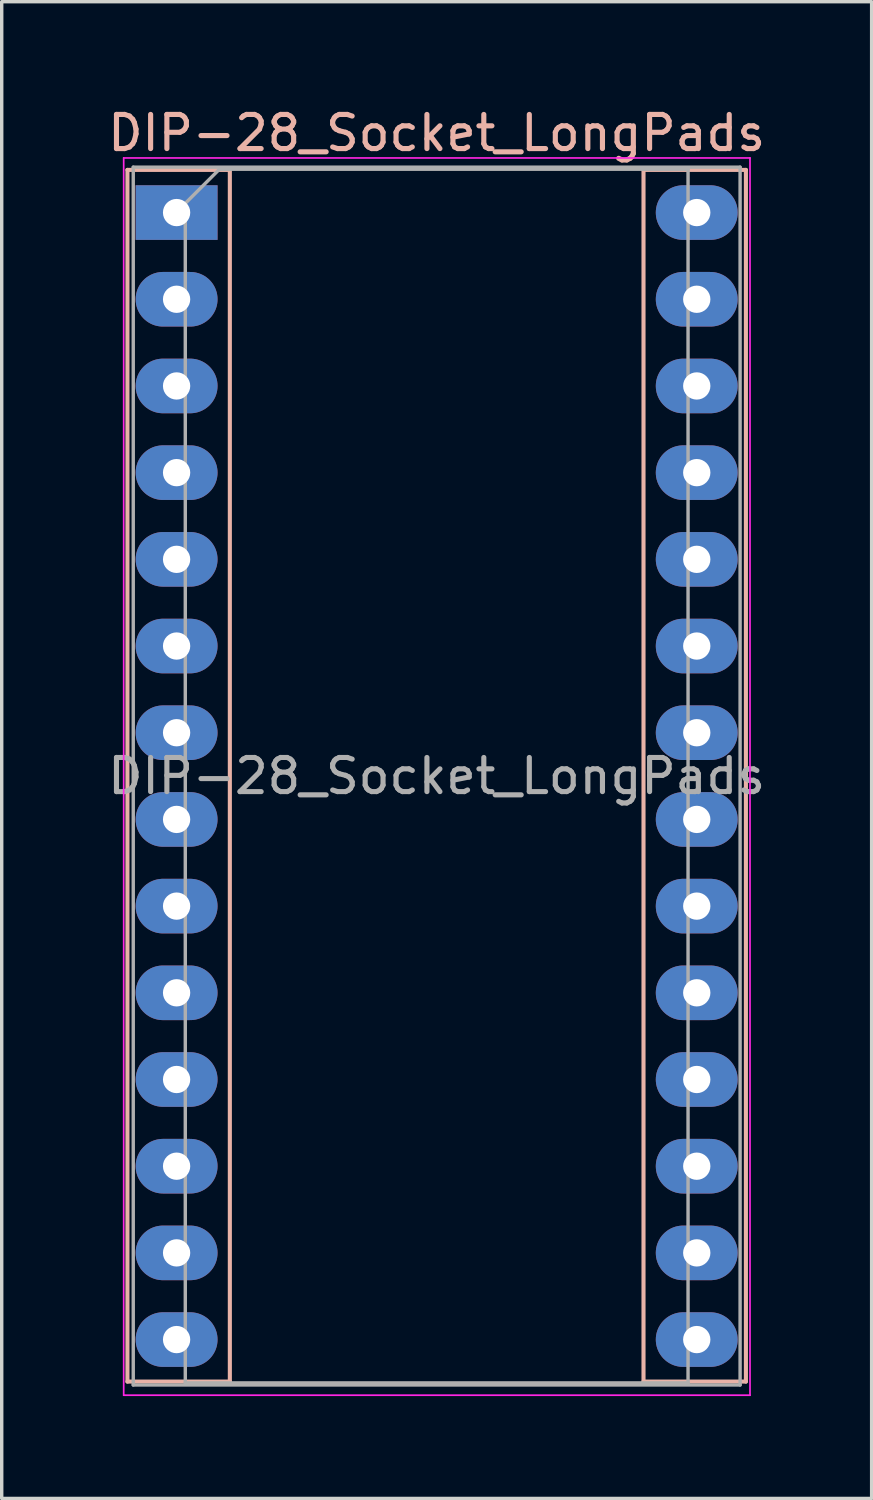
<source format=kicad_pcb>
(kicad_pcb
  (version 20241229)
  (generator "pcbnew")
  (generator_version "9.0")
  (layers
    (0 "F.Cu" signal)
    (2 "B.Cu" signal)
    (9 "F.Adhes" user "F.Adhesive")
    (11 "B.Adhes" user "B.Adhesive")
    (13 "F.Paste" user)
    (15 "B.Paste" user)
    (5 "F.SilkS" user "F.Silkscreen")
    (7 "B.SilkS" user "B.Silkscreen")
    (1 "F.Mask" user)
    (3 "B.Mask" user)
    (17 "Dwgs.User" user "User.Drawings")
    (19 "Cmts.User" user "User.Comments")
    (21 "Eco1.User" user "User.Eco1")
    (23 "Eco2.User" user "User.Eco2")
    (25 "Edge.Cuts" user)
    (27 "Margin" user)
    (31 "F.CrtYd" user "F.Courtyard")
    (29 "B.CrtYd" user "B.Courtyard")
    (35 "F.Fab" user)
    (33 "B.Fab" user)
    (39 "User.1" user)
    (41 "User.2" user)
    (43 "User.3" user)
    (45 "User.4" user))
  (footprint "DIP-28_Socket_LongPads"
    (layer "F.Cu")
    (at 2.124 3.178)
    (property "Reference" "DIP-28_Socket_LongPads" (at 7.62 -2.33 0) (layer "B.SilkS") (effects (font (size 1 1) (thickness 0.15))))
    (attr through_hole)
    (fp_line (start -1.44 -1.25) (end -1.44 34.25) (stroke (width 0.12) (type solid)) (layer "B.SilkS"))
    (fp_line (start -1.44 34.25) (end 1.56 34.25) (stroke (width 0.12) (type solid)) (layer "B.SilkS"))
    (fp_line (start 1.56 -1.25) (end -1.44 -1.25) (stroke (width 0.12) (type solid)) (layer "B.SilkS"))
    (fp_line (start 1.56 -1.25) (end 1.56 34.25) (stroke (width 0.12) (type solid)) (layer "B.SilkS"))
    (fp_line (start 13.68 -1.25) (end 16.68 -1.25) (stroke (width 0.12) (type solid)) (layer "B.SilkS"))
    (fp_line (start 13.68 34.25) (end 13.68 -1.25) (stroke (width 0.12) (type solid)) (layer "B.SilkS"))
    (fp_line (start 13.68 34.25) (end 16.68 34.25) (stroke (width 0.12) (type solid)) (layer "B.SilkS"))
    (fp_line (start 16.68 34.25) (end 16.68 -1.25) (stroke (width 0.12) (type solid)) (layer "B.SilkS"))
    (fp_line (start -1.55 -1.6) (end -1.55 34.65) (stroke (width 0.05) (type solid)) (layer "F.CrtYd"))
    (fp_line (start -1.55 34.65) (end 16.8 34.65) (stroke (width 0.05) (type solid)) (layer "F.CrtYd"))
    (fp_line (start 16.8 -1.6) (end -1.55 -1.6) (stroke (width 0.05) (type solid)) (layer "F.CrtYd"))
    (fp_line (start 16.8 34.65) (end 16.8 -1.6) (stroke (width 0.05) (type solid)) (layer "F.CrtYd"))
    (fp_line (start -1.27 -1.33) (end -1.27 34.35) (stroke (width 0.1) (type solid)) (layer "F.Fab"))
    (fp_line (start -1.27 34.35) (end 16.51 34.35) (stroke (width 0.1) (type solid)) (layer "F.Fab"))
    (fp_line (start 0.255 -0.27) (end 1.255 -1.27) (stroke (width 0.1) (type solid)) (layer "F.Fab"))
    (fp_line (start 0.255 34.29) (end 0.255 -0.27) (stroke (width 0.1) (type solid)) (layer "F.Fab"))
    (fp_line (start 1.255 -1.27) (end 14.985 -1.27) (stroke (width 0.1) (type solid)) (layer "F.Fab"))
    (fp_line (start 14.985 -1.27) (end 14.985 34.29) (stroke (width 0.1) (type solid)) (layer "F.Fab"))
    (fp_line (start 14.985 34.29) (end 0.255 34.29) (stroke (width 0.1) (type solid)) (layer "F.Fab"))
    (fp_line (start 16.51 -1.33) (end -1.27 -1.33) (stroke (width 0.1) (type solid)) (layer "F.Fab"))
    (fp_line (start 16.51 34.35) (end 16.51 -1.33) (stroke (width 0.1) (type solid)) (layer "F.Fab"))
    (fp_text user "${REFERENCE}" (at 7.62 16.51 0) (layer "F.Fab") (effects (font (size 1 1) (thickness 0.15))))
    (pad "1" thru_hole rect (at 0 0) (size 2.4 1.6) (drill 0.8) (layers "*.Cu" "*.Mask"))
    (pad "2" thru_hole oval (at 0 2.54) (size 2.4 1.6) (drill 0.8) (layers "*.Cu" "*.Mask"))
    (pad "3" thru_hole oval (at 0 5.08) (size 2.4 1.6) (drill 0.8) (layers "*.Cu" "*.Mask"))
    (pad "4" thru_hole oval (at 0 7.62) (size 2.4 1.6) (drill 0.8) (layers "*.Cu" "*.Mask"))
    (pad "5" thru_hole oval (at 0 10.16) (size 2.4 1.6) (drill 0.8) (layers "*.Cu" "*.Mask"))
    (pad "6" thru_hole oval (at 0 12.7) (size 2.4 1.6) (drill 0.8) (layers "*.Cu" "*.Mask"))
    (pad "7" thru_hole oval (at 0 15.24) (size 2.4 1.6) (drill 0.8) (layers "*.Cu" "*.Mask"))
    (pad "8" thru_hole oval (at 0 17.78) (size 2.4 1.6) (drill 0.8) (layers "*.Cu" "*.Mask"))
    (pad "9" thru_hole oval (at 0 20.32) (size 2.4 1.6) (drill 0.8) (layers "*.Cu" "*.Mask"))
    (pad "10" thru_hole oval (at 0 22.86) (size 2.4 1.6) (drill 0.8) (layers "*.Cu" "*.Mask"))
    (pad "11" thru_hole oval (at 0 25.4) (size 2.4 1.6) (drill 0.8) (layers "*.Cu" "*.Mask"))
    (pad "12" thru_hole oval (at 0 27.94) (size 2.4 1.6) (drill 0.8) (layers "*.Cu" "*.Mask"))
    (pad "13" thru_hole oval (at 0 30.48) (size 2.4 1.6) (drill 0.8) (layers "*.Cu" "*.Mask"))
    (pad "14" thru_hole oval (at 0 33.02) (size 2.4 1.6) (drill 0.8) (layers "*.Cu" "*.Mask"))
    (pad "15" thru_hole oval (at 15.24 33.02) (size 2.4 1.6) (drill 0.8) (layers "*.Cu" "*.Mask"))
    (pad "16" thru_hole oval (at 15.24 30.48) (size 2.4 1.6) (drill 0.8) (layers "*.Cu" "*.Mask"))
    (pad "17" thru_hole oval (at 15.24 27.94) (size 2.4 1.6) (drill 0.8) (layers "*.Cu" "*.Mask"))
    (pad "18" thru_hole oval (at 15.24 25.4) (size 2.4 1.6) (drill 0.8) (layers "*.Cu" "*.Mask"))
    (pad "19" thru_hole oval (at 15.24 22.86) (size 2.4 1.6) (drill 0.8) (layers "*.Cu" "*.Mask"))
    (pad "20" thru_hole oval (at 15.24 20.32) (size 2.4 1.6) (drill 0.8) (layers "*.Cu" "*.Mask"))
    (pad "21" thru_hole oval (at 15.24 17.78) (size 2.4 1.6) (drill 0.8) (layers "*.Cu" "*.Mask"))
    (pad "22" thru_hole oval (at 15.24 15.24) (size 2.4 1.6) (drill 0.8) (layers "*.Cu" "*.Mask"))
    (pad "23" thru_hole oval (at 15.24 12.7) (size 2.4 1.6) (drill 0.8) (layers "*.Cu" "*.Mask"))
    (pad "24" thru_hole oval (at 15.24 10.16) (size 2.4 1.6) (drill 0.8) (layers "*.Cu" "*.Mask"))
    (pad "25" thru_hole oval (at 15.24 7.62) (size 2.4 1.6) (drill 0.8) (layers "*.Cu" "*.Mask"))
    (pad "26" thru_hole oval (at 15.24 5.08) (size 2.4 1.6) (drill 0.8) (layers "*.Cu" "*.Mask"))
    (pad "27" thru_hole oval (at 15.24 2.54) (size 2.4 1.6) (drill 0.8) (layers "*.Cu" "*.Mask"))
    (pad "28" thru_hole oval (at 15.24 0) (size 2.4 1.6) (drill 0.8) (layers "*.Cu" "*.Mask")))
  (gr_rect
    (start -3 -3)
    (end 22.488 40.853)
    (stroke (width 0.1) (type default))
    (fill no)
    (layer "Edge.Cuts")))
</source>
